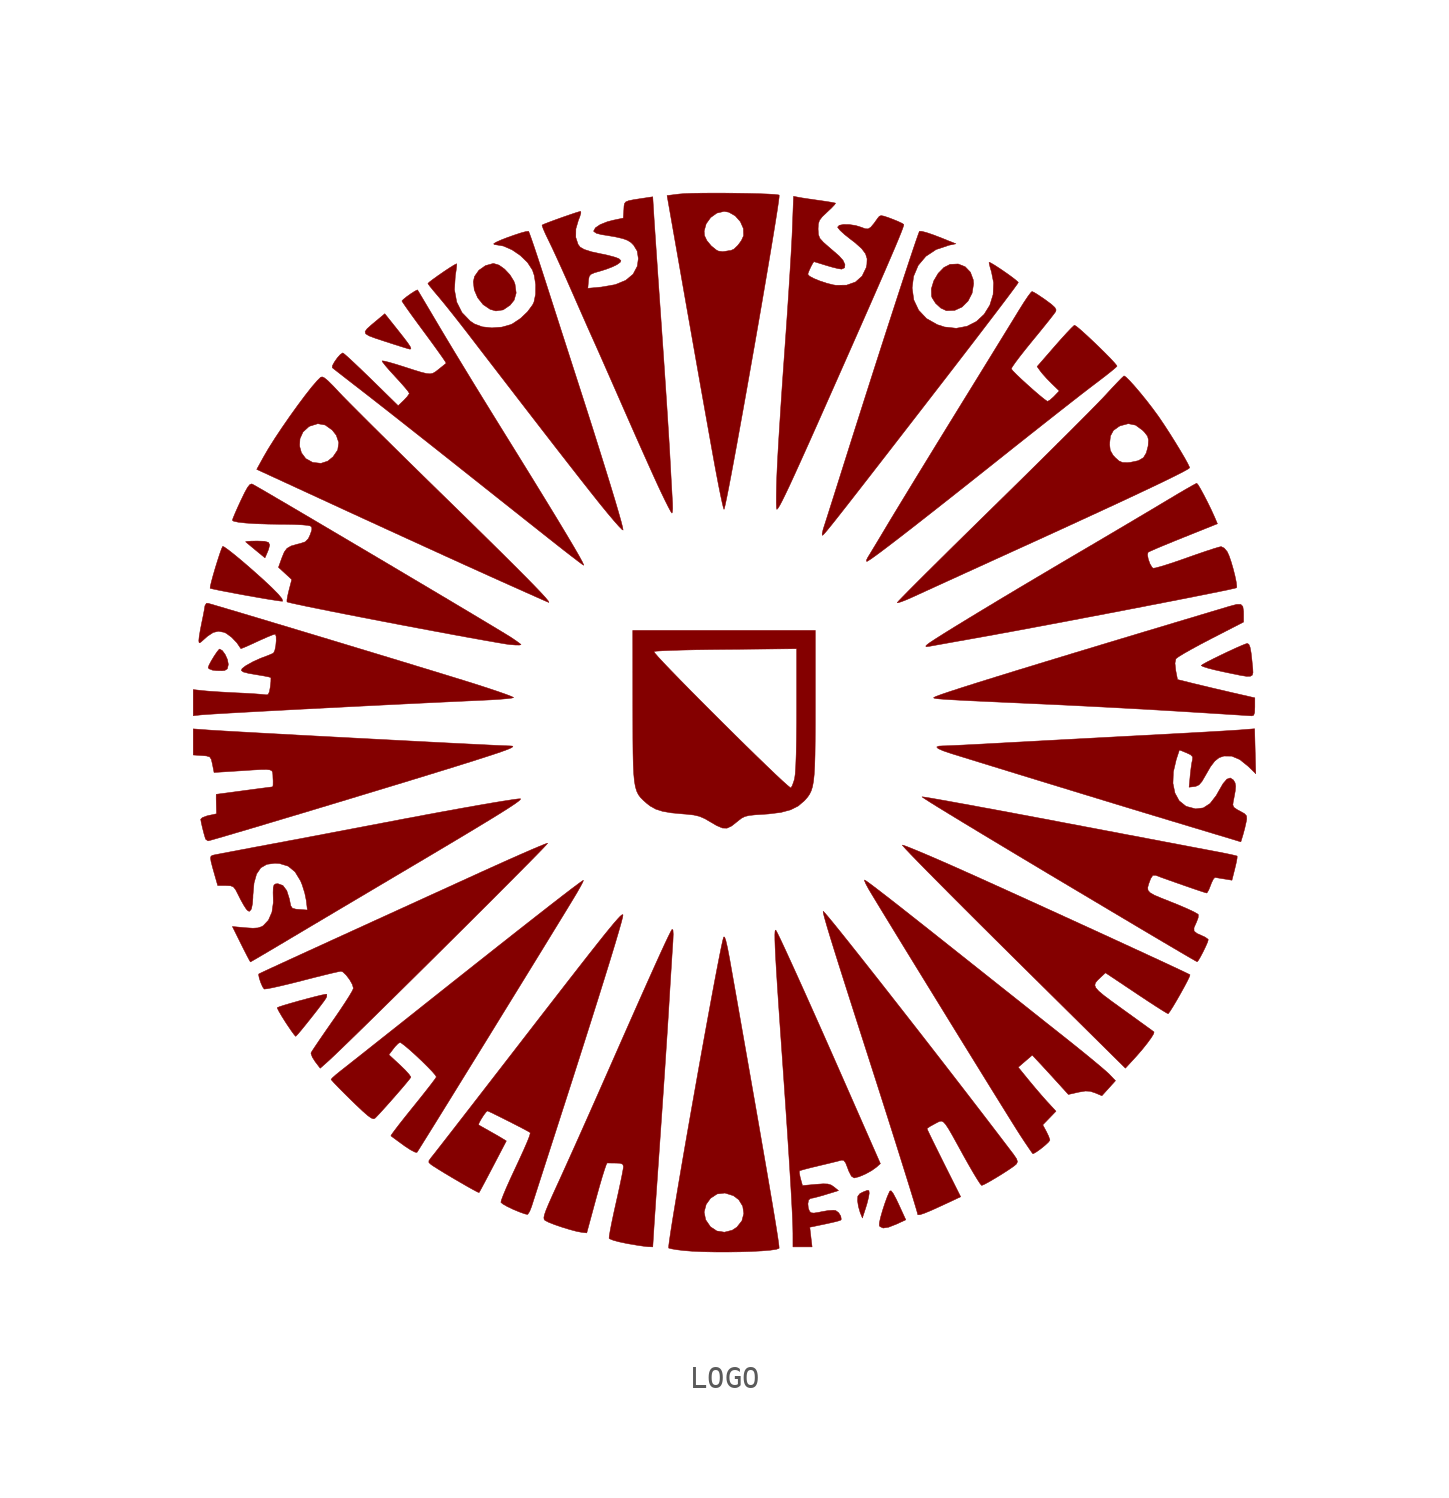
<source format=kicad_sym>
(kicad_symbol_lib
  (version 20210619)
  (generator bitmap2component)
  (symbol "LOGO"
    (pin_names
      (offset 1.016))
    (property "Reference" "#G"
      (at 0 24.765 0)
      (effects (font (size 1.27 1.27)) hide))
    (symbol "LOGO_0_0"
      (polyline (pts (xy 1.226 -23.932) (xy 1.756 -23.915) (xy 2.227 -23.89) (xy 2.611 -23.858) (xy 2.881 -23.819) (xy 3.009 -23.774) (xy 3.012 -23.745) (xy 3.003 -23.639) (xy 2.978 -23.45) (xy 2.937 -23.172) (xy 2.878 -22.799) (xy 2.801 -22.325) (xy 2.704 -21.744) (xy 2.586 -21.05) (xy 2.447 -20.238) (xy 2.285 -19.3) (xy 2.1 -18.232) (xy 1.89 -17.027) (xy 1.654 -15.68) (xy 1.391 -14.183) (xy 1.101 -12.532) (xy 0.781 -10.72) (xy 0.756 -10.578) (xy 0.663 -10.096) (xy 0.589 -9.777) (xy 0.532 -9.62) (xy 0.492 -9.619) (xy 0.49 -9.624) (xy 0.45 -9.773) (xy 0.385 -10.069) (xy 0.299 -10.495) (xy 0.193 -11.039) (xy 0.07 -11.684) (xy -0.066 -12.415) (xy -0.214 -13.219) (xy -0.371 -14.079) (xy -0.534 -14.982) (xy -0.7 -15.911) (xy -0.867 -16.853) (xy -1.033 -17.792) (xy -1.194 -18.713) (xy -1.348 -19.602) (xy -1.492 -20.443) (xy -1.624 -21.223) (xy -1.741 -21.925) (xy -1.774 -22.124) (xy -0.397 -22.124) (xy -0.305 -21.776) (xy -0.107 -21.498) (xy 0.195 -21.3) (xy 0.548 -21.259) (xy 0.934 -21.38) (xy 1.177 -21.562) (xy 1.358 -21.857) (xy 1.407 -22.191) (xy 1.32 -22.524) (xy 1.091 -22.812) (xy 0.876 -22.951) (xy 0.526 -23.039) (xy 0.182 -22.986) (xy -0.11 -22.793) (xy -0.327 -22.475) (xy -0.397 -22.124) (xy -1.774 -22.124) (xy -1.841 -22.535) (xy -1.92 -23.038) (xy -1.976 -23.419) (xy -2.007 -23.664) (xy -2.01 -23.757) (xy -2.005 -23.761) (xy -1.885 -23.794) (xy -1.647 -23.835) (xy -1.339 -23.873) (xy -0.937 -23.905) (xy -0.445 -23.927) (xy 0.098 -23.938) (xy 0.664 -23.939) (xy 1.226 -23.932)) (stroke (width 0.01)) (fill (type outline)))
      (polyline (pts (xy -2.675 -22.797) (xy -2.671 -22.733) (xy -2.649 -22.404) (xy -2.617 -21.937) (xy -2.578 -21.356) (xy -2.531 -20.684) (xy -2.48 -19.947) (xy -2.426 -19.169) (xy -2.371 -18.373) (xy -2.313 -17.54) (xy -2.251 -16.634) (xy -2.189 -15.721) (xy -2.131 -14.836) (xy -2.077 -14.014) (xy -2.031 -13.29) (xy -1.995 -12.7) (xy -1.97 -12.28) (xy -1.932 -11.655) (xy -1.895 -11.069) (xy -1.863 -10.553) (xy -1.837 -10.14) (xy -1.818 -9.864) (xy -1.815 -9.824) (xy -1.802 -9.489) (xy -1.814 -9.302) (xy -1.852 -9.271) (xy -1.864 -9.287) (xy -1.927 -9.397) (xy -2.032 -9.608) (xy -2.183 -9.927) (xy -2.382 -10.358) (xy -2.632 -10.909) (xy -2.936 -11.586) (xy -3.296 -12.393) (xy -3.715 -13.338) (xy -4.196 -14.426) (xy -4.741 -15.663) (xy -4.885 -15.989) (xy -5.241 -16.796) (xy -5.601 -17.607) (xy -5.951 -18.394) (xy -6.281 -19.132) (xy -6.579 -19.794) (xy -6.832 -20.354) (xy -7.028 -20.786) (xy -7.04 -20.81) (xy -7.284 -21.345) (xy -7.464 -21.749) (xy -7.585 -22.041) (xy -7.656 -22.243) (xy -7.682 -22.373) (xy -7.672 -22.453) (xy -7.633 -22.503) (xy -7.628 -22.506) (xy -7.469 -22.588) (xy -7.197 -22.695) (xy -6.862 -22.81) (xy -6.512 -22.917) (xy -6.198 -23.001) (xy -5.968 -23.045) (xy -5.733 -23.072) (xy -5.301 -21.478) (xy -5.283 -21.413) (xy -5.148 -20.929) (xy -5.025 -20.51) (xy -4.921 -20.181) (xy -4.846 -19.966) (xy -4.805 -19.89) (xy -4.786 -19.892) (xy -4.633 -19.895) (xy -4.403 -19.897) (xy -4.218 -19.905) (xy -4.095 -19.952) (xy -4.064 -20.058) (xy -4.079 -20.17) (xy -4.126 -20.425) (xy -4.201 -20.788) (xy -4.296 -21.23) (xy -4.406 -21.721) (xy -4.506 -22.17) (xy -4.598 -22.606) (xy -4.667 -22.96) (xy -4.709 -23.207) (xy -4.717 -23.316) (xy -4.692 -23.34) (xy -4.534 -23.405) (xy -4.267 -23.478) (xy -3.93 -23.549) (xy -3.788 -23.575) (xy -3.431 -23.635) (xy -3.136 -23.678) (xy -2.954 -23.698) (xy -2.732 -23.707) (xy -2.675 -22.797)) (stroke (width 0.01)) (fill (type outline)))
      (polyline (pts (xy 4.458 -23.26) (xy 4.406 -22.813) (xy 5.091 -22.672) (xy 5.198 -22.649) (xy 5.501 -22.581) (xy 5.721 -22.524) (xy 5.817 -22.489) (xy 5.838 -22.451) (xy 5.814 -22.307) (xy 5.716 -22.151) (xy 5.583 -22.054) (xy 5.479 -22.042) (xy 5.236 -22.057) (xy 4.945 -22.107) (xy 4.817 -22.135) (xy 4.592 -22.17) (xy 4.467 -22.156) (xy 4.397 -22.092) (xy 4.339 -21.948) (xy 4.32 -21.745) (xy 4.353 -21.576) (xy 4.436 -21.505) (xy 4.439 -21.505) (xy 4.58 -21.48) (xy 4.829 -21.416) (xy 5.132 -21.327) (xy 5.711 -21.148) (xy 5.501 -20.978) (xy 5.378 -20.895) (xy 5.229 -20.848) (xy 5.014 -20.84) (xy 4.683 -20.864) (xy 4.074 -20.919) (xy 3.986 -20.603) (xy 3.97 -20.542) (xy 3.932 -20.348) (xy 3.934 -20.253) (xy 3.99 -20.231) (xy 4.184 -20.176) (xy 4.48 -20.1) (xy 4.841 -20.013) (xy 5.113 -19.949) (xy 5.456 -19.866) (xy 5.717 -19.801) (xy 5.855 -19.764) (xy 5.947 -19.773) (xy 6.037 -19.89) (xy 6.137 -20.147) (xy 6.174 -20.251) (xy 6.297 -20.493) (xy 6.42 -20.572) (xy 6.436 -20.571) (xy 6.649 -20.517) (xy 6.929 -20.398) (xy 7.21 -20.245) (xy 7.428 -20.09) (xy 7.616 -19.922) (xy 6.019 -16.29) (xy 5.827 -15.854) (xy 5.375 -14.829) (xy 4.944 -13.856) (xy 4.539 -12.947) (xy 4.165 -12.112) (xy 3.827 -11.363) (xy 3.531 -10.713) (xy 3.282 -10.171) (xy 3.086 -9.751) (xy 2.946 -9.463) (xy 2.869 -9.318) (xy 2.844 -9.305) (xy 2.826 -9.365) (xy 2.818 -9.51) (xy 2.82 -9.747) (xy 2.831 -10.088) (xy 2.853 -10.54) (xy 2.886 -11.114) (xy 2.93 -11.82) (xy 2.986 -12.666) (xy 3.054 -13.661) (xy 3.135 -14.817) (xy 3.206 -15.829) (xy 3.306 -17.284) (xy 3.394 -18.588) (xy 3.468 -19.738) (xy 3.53 -20.731) (xy 3.578 -21.566) (xy 3.612 -22.24) (xy 3.633 -22.749) (xy 3.64 -23.093) (xy 3.641 -23.707) (xy 4.511 -23.707) (xy 4.458 -23.26)) (stroke (width 0.01)) (fill (type outline)))
      (polyline (pts (xy 7.989 -22.813) (xy 8.357 -22.668) (xy 8.771 -22.476) (xy 8.442 -21.76) (xy 8.339 -21.543) (xy 8.198 -21.279) (xy 8.102 -21.157) (xy 8.045 -21.169) (xy 8.03 -21.198) (xy 7.928 -21.43) (xy 7.818 -21.732) (xy 7.712 -22.058) (xy 7.625 -22.364) (xy 7.572 -22.603) (xy 7.565 -22.73) (xy 7.594 -22.783) (xy 7.739 -22.851) (xy 7.989 -22.813)) (stroke (width 0.01)) (fill (type outline)))
      (polyline (pts (xy 6.95 -21.929) (xy 7.01 -21.73) (xy 7.078 -21.459) (xy 7.107 -21.276) (xy 7.107 -21.255) (xy 7.095 -21.149) (xy 7.02 -21.137) (xy 6.837 -21.208) (xy 6.686 -21.284) (xy 6.59 -21.405) (xy 6.578 -21.61) (xy 6.617 -21.87) (xy 6.696 -22.144) (xy 6.798 -22.394) (xy 6.95 -21.929)) (stroke (width 0.01)) (fill (type outline)))
      (polyline (pts (xy -8.409 -22.219) (xy -8.328 -22.093) (xy -8.244 -21.881) (xy -8.238 -21.863) (xy -8.181 -21.685) (xy -8.079 -21.366) (xy -7.937 -20.924) (xy -7.76 -20.375) (xy -7.554 -19.735) (xy -7.324 -19.021) (xy -7.076 -18.251) (xy -6.816 -17.441) (xy -6.769 -17.298) (xy -6.326 -15.919) (xy -5.918 -14.64) (xy -5.545 -13.466) (xy -5.21 -12.404) (xy -4.915 -11.46) (xy -4.661 -10.64) (xy -4.451 -9.95) (xy -4.287 -9.396) (xy -4.17 -8.985) (xy -4.102 -8.722) (xy -4.085 -8.614) (xy -4.104 -8.6) (xy -4.147 -8.621) (xy -4.221 -8.685) (xy -4.33 -8.801) (xy -4.483 -8.975) (xy -4.683 -9.216) (xy -4.939 -9.53) (xy -5.254 -9.926) (xy -5.637 -10.411) (xy -6.092 -10.993) (xy -6.626 -11.678) (xy -7.245 -12.476) (xy -7.955 -13.392) (xy -8.762 -14.436) (xy -9.318 -15.155) (xy -9.918 -15.93) (xy -10.484 -16.661) (xy -11.007 -17.337) (xy -11.479 -17.946) (xy -11.891 -18.477) (xy -12.234 -18.918) (xy -12.5 -19.259) (xy -12.679 -19.489) (xy -12.764 -19.595) (xy -12.807 -19.648) (xy -12.909 -19.791) (xy -12.908 -19.877) (xy -12.814 -19.962) (xy -12.709 -20.035) (xy -12.482 -20.179) (xy -12.184 -20.362) (xy -11.845 -20.564) (xy -11.497 -20.767) (xy -11.171 -20.955) (xy -10.897 -21.108) (xy -10.706 -21.209) (xy -10.629 -21.239) (xy -10.612 -21.211) (xy -10.527 -21.058) (xy -10.387 -20.796) (xy -10.205 -20.451) (xy -9.994 -20.05) (xy -9.389 -18.891) (xy -9.584 -18.771) (xy -9.688 -18.709) (xy -9.929 -18.57) (xy -10.202 -18.415) (xy -10.384 -18.313) (xy -10.569 -18.208) (xy -10.65 -18.159) (xy -10.632 -18.081) (xy -10.547 -17.922) (xy -10.432 -17.739) (xy -10.321 -17.589) (xy -10.251 -17.526) (xy -10.235 -17.531) (xy -10.102 -17.59) (xy -9.867 -17.704) (xy -9.565 -17.854) (xy -9.233 -18.021) (xy -8.906 -18.188) (xy -8.619 -18.337) (xy -8.408 -18.45) (xy -8.308 -18.509) (xy -8.304 -18.554) (xy -8.344 -18.69) (xy -8.438 -18.929) (xy -8.592 -19.283) (xy -8.811 -19.763) (xy -9.1 -20.383) (xy -9.215 -20.631) (xy -9.39 -21.023) (xy -9.526 -21.348) (xy -9.612 -21.576) (xy -9.636 -21.681) (xy -9.635 -21.684) (xy -9.54 -21.763) (xy -9.333 -21.881) (xy -9.057 -22.011) (xy -9.043 -22.017) (xy -8.762 -22.132) (xy -8.542 -22.209) (xy -8.43 -22.232) (xy -8.409 -22.219)) (stroke (width 0.01)) (fill (type outline)))
      (polyline (pts (xy 9.419 -22.243) (xy 9.639 -22.169) (xy 9.99 -22.021) (xy 10.48 -21.797) (xy 11.266 -21.429) (xy 10.501 -19.902) (xy 10.452 -19.803) (xy 10.225 -19.346) (xy 10.028 -18.948) (xy 9.874 -18.631) (xy 9.773 -18.418) (xy 9.737 -18.333) (xy 9.755 -18.31) (xy 9.882 -18.225) (xy 10.091 -18.111) (xy 10.205 -18.05) (xy 10.307 -18.001) (xy 10.394 -17.989) (xy 10.481 -18.03) (xy 10.582 -18.139) (xy 10.71 -18.331) (xy 10.88 -18.624) (xy 11.106 -19.032) (xy 11.402 -19.571) (xy 11.627 -19.971) (xy 11.845 -20.348) (xy 12.026 -20.646) (xy 12.155 -20.842) (xy 12.219 -20.913) (xy 12.234 -20.91) (xy 12.374 -20.848) (xy 12.606 -20.72) (xy 12.893 -20.551) (xy 13.194 -20.365) (xy 13.471 -20.185) (xy 13.686 -20.036) (xy 13.8 -19.94) (xy 13.8 -19.94) (xy 13.848 -19.836) (xy 13.807 -19.703) (xy 13.665 -19.495) (xy 13.199 -18.883) (xy 12.625 -18.131) (xy 12.02 -17.343) (xy 11.394 -16.53) (xy 10.755 -15.703) (xy 10.11 -14.871) (xy 9.469 -14.046) (xy 8.839 -13.239) (xy 8.229 -12.459) (xy 7.648 -11.718) (xy 7.103 -11.026) (xy 6.603 -10.394) (xy 6.157 -9.832) (xy 5.772 -9.351) (xy 5.457 -8.962) (xy 5.22 -8.675) (xy 5.07 -8.502) (xy 5.014 -8.451) (xy 5.019 -8.511) (xy 5.05 -8.65) (xy 5.112 -8.876) (xy 5.205 -9.198) (xy 5.334 -9.624) (xy 5.501 -10.162) (xy 5.707 -10.82) (xy 5.957 -11.607) (xy 6.251 -12.529) (xy 6.593 -13.597) (xy 6.985 -14.817) (xy 7.131 -15.273) (xy 7.438 -16.229) (xy 7.736 -17.162) (xy 8.021 -18.058) (xy 8.289 -18.903) (xy 8.534 -19.683) (xy 8.754 -20.385) (xy 8.944 -20.994) (xy 9.099 -21.497) (xy 9.215 -21.88) (xy 9.288 -22.13) (xy 9.313 -22.232) (xy 9.321 -22.248) (xy 9.419 -22.243)) (stroke (width 0.01)) (fill (type outline)))
      (polyline (pts (xy -13.445 -19.401) (xy -13.364 -19.275) (xy -13.206 -19.022) (xy -12.977 -18.655) (xy -12.687 -18.189) (xy -12.344 -17.635) (xy -11.955 -17.007) (xy -11.53 -16.318) (xy -11.075 -15.581) (xy -10.598 -14.81) (xy -10.109 -14.017) (xy -9.616 -13.215) (xy -9.125 -12.418) (xy -8.646 -11.64) (xy -8.186 -10.892) (xy -7.753 -10.188) (xy -7.357 -9.541) (xy -7.004 -8.965) (xy -6.702 -8.472) (xy -6.461 -8.076) (xy -6.288 -7.79) (xy -6.166 -7.585) (xy -6.012 -7.313) (xy -5.912 -7.122) (xy -5.884 -7.042) (xy -5.934 -7.069) (xy -6.112 -7.196) (xy -6.418 -7.425) (xy -6.848 -7.754) (xy -7.398 -8.181) (xy -8.067 -8.703) (xy -8.851 -9.318) (xy -9.747 -10.024) (xy -10.752 -10.818) (xy -11.865 -11.699) (xy -13.081 -12.664) (xy -13.125 -12.699) (xy -13.792 -13.229) (xy -14.432 -13.737) (xy -15.031 -14.211) (xy -15.573 -14.641) (xy -16.043 -15.013) (xy -16.426 -15.315) (xy -16.706 -15.537) (xy -16.87 -15.665) (xy -16.9 -15.688) (xy -17.131 -15.875) (xy -17.295 -16.02) (xy -17.357 -16.093) (xy -17.339 -16.12) (xy -17.224 -16.249) (xy -17.019 -16.462) (xy -16.745 -16.738) (xy -16.423 -17.055) (xy -16.236 -17.237) (xy -15.918 -17.537) (xy -15.691 -17.736) (xy -15.535 -17.847) (xy -15.433 -17.885) (xy -15.366 -17.864) (xy -15.315 -17.815) (xy -15.159 -17.652) (xy -14.942 -17.413) (xy -14.686 -17.127) (xy -14.419 -16.823) (xy -14.164 -16.529) (xy -13.948 -16.274) (xy -13.795 -16.087) (xy -13.731 -15.997) (xy -13.733 -15.979) (xy -13.813 -15.861) (xy -13.983 -15.672) (xy -14.216 -15.445) (xy -14.729 -14.971) (xy -14.507 -14.679) (xy -14.445 -14.602) (xy -14.305 -14.458) (xy -14.218 -14.412) (xy -14.18 -14.431) (xy -14.019 -14.549) (xy -13.791 -14.741) (xy -13.523 -14.982) (xy -13.244 -15.245) (xy -12.982 -15.503) (xy -12.763 -15.73) (xy -12.617 -15.899) (xy -12.57 -15.983) (xy -12.572 -15.986) (xy -12.643 -16.092) (xy -12.802 -16.304) (xy -13.034 -16.602) (xy -13.319 -16.962) (xy -13.642 -17.363) (xy -13.676 -17.405) (xy -13.989 -17.795) (xy -14.257 -18.135) (xy -14.465 -18.407) (xy -14.598 -18.588) (xy -14.638 -18.66) (xy -14.63 -18.666) (xy -14.522 -18.747) (xy -14.321 -18.895) (xy -14.062 -19.084) (xy -13.99 -19.136) (xy -13.739 -19.299) (xy -13.548 -19.398) (xy -13.454 -19.413) (xy -13.445 -19.401)) (stroke (width 0.01)) (fill (type outline)))
      (polyline (pts (xy 14.578 -19.465) (xy 14.718 -19.384) (xy 14.911 -19.245) (xy 15.107 -19.085) (xy 15.26 -18.942) (xy 15.321 -18.855) (xy 15.318 -18.833) (xy 15.262 -18.672) (xy 15.158 -18.457) (xy 14.998 -18.161) (xy 15.599 -17.54) (xy 15.222 -17.131) (xy 15.182 -17.088) (xy 14.93 -16.803) (xy 14.638 -16.462) (xy 14.363 -16.131) (xy 13.881 -15.54) (xy 14.52 -14.991) (xy 14.817 -15.307) (xy 14.867 -15.36) (xy 15.088 -15.6) (xy 15.361 -15.897) (xy 15.637 -16.2) (xy 16.162 -16.778) (xy 16.613 -16.677) (xy 16.645 -16.67) (xy 16.935 -16.622) (xy 17.152 -16.633) (xy 17.375 -16.706) (xy 17.687 -16.836) (xy 17.995 -16.495) (xy 18.304 -16.153) (xy 18.021 -15.857) (xy 17.899 -15.744) (xy 17.656 -15.533) (xy 17.319 -15.252) (xy 16.91 -14.916) (xy 16.45 -14.545) (xy 15.96 -14.154) (xy 15.728 -13.971) (xy 15.162 -13.523) (xy 14.513 -13.008) (xy 13.812 -12.451) (xy 13.092 -11.88) (xy 12.386 -11.319) (xy 11.726 -10.795) (xy 10.713 -9.991) (xy 9.814 -9.278) (xy 9.041 -8.668) (xy 8.392 -8.157) (xy 7.863 -7.745) (xy 7.451 -7.428) (xy 7.155 -7.204) (xy 6.97 -7.071) (xy 6.895 -7.027) (xy 6.894 -7.064) (xy 6.957 -7.21) (xy 7.075 -7.429) (xy 7.078 -7.435) (xy 7.2 -7.639) (xy 7.401 -7.972) (xy 7.672 -8.418) (xy 8.004 -8.961) (xy 8.387 -9.588) (xy 8.812 -10.282) (xy 9.271 -11.029) (xy 9.753 -11.813) (xy 10.25 -12.62) (xy 10.751 -13.435) (xy 11.248 -14.242) (xy 11.732 -15.025) (xy 12.193 -15.771) (xy 12.621 -16.464) (xy 13.009 -17.089) (xy 13.345 -17.63) (xy 13.621 -18.073) (xy 13.828 -18.403) (xy 13.956 -18.604) (xy 13.968 -18.623) (xy 14.185 -18.953) (xy 14.367 -19.222) (xy 14.494 -19.405) (xy 14.547 -19.472) (xy 14.578 -19.465)) (stroke (width 0.01)) (fill (type outline)))
      (polyline (pts (xy -17.498 -15.273) (xy -17.436 -15.217) (xy -17.217 -15.011) (xy -16.904 -14.711) (xy -16.509 -14.329) (xy -16.042 -13.874) (xy -15.514 -13.357) (xy -14.937 -12.789) (xy -14.319 -12.181) (xy -13.673 -11.543) (xy -13.009 -10.886) (xy -12.337 -10.219) (xy -11.669 -9.555) (xy -11.014 -8.904) (xy -10.384 -8.275) (xy -9.79 -7.681) (xy -9.241 -7.13) (xy -8.749 -6.635) (xy -8.324 -6.206) (xy -7.977 -5.852) (xy -7.719 -5.586) (xy -7.561 -5.417) (xy -7.512 -5.356) (xy -7.518 -5.356) (xy -7.637 -5.396) (xy -7.889 -5.498) (xy -8.257 -5.654) (xy -8.725 -5.858) (xy -9.274 -6.101) (xy -9.888 -6.377) (xy -10.549 -6.676) (xy -11.508 -7.114) (xy -12.936 -7.765) (xy -14.219 -8.351) (xy -15.365 -8.874) (xy -16.378 -9.337) (xy -17.267 -9.743) (xy -18.036 -10.095) (xy -18.692 -10.395) (xy -19.242 -10.647) (xy -19.69 -10.854) (xy -20.045 -11.017) (xy -20.311 -11.141) (xy -20.495 -11.227) (xy -20.604 -11.28) (xy -20.643 -11.301) (xy -20.65 -11.341) (xy -20.62 -11.495) (xy -20.552 -11.698) (xy -20.471 -11.883) (xy -20.4 -11.983) (xy -20.392 -11.986) (xy -20.263 -11.972) (xy -20.001 -11.922) (xy -19.632 -11.839) (xy -19.182 -11.732) (xy -18.678 -11.604) (xy -18.593 -11.582) (xy -18.09 -11.453) (xy -17.642 -11.342) (xy -17.277 -11.254) (xy -17.021 -11.197) (xy -16.902 -11.176) (xy -16.82 -11.209) (xy -16.669 -11.352) (xy -16.512 -11.559) (xy -16.39 -11.775) (xy -16.341 -11.949) (xy -16.341 -11.952) (xy -16.394 -12.072) (xy -16.53 -12.304) (xy -16.734 -12.623) (xy -16.989 -13.007) (xy -17.282 -13.432) (xy -17.305 -13.464) (xy -17.597 -13.884) (xy -17.855 -14.259) (xy -18.063 -14.566) (xy -18.205 -14.781) (xy -18.265 -14.881) (xy -18.268 -14.921) (xy -18.209 -15.083) (xy -18.079 -15.287) (xy -17.851 -15.586) (xy -17.498 -15.273)) (stroke (width 0.01)) (fill (type outline)))
      (polyline (pts (xy 19.19 -15.111) (xy 19.25 -15.045) (xy 19.509 -14.747) (xy 19.741 -14.457) (xy 19.924 -14.207) (xy 20.036 -14.024) (xy 20.057 -13.937) (xy 20.053 -13.934) (xy 19.954 -13.861) (xy 19.743 -13.707) (xy 19.441 -13.489) (xy 19.069 -13.22) (xy 18.648 -12.916) (xy 18.585 -12.871) (xy 18.118 -12.533) (xy 17.774 -12.275) (xy 17.542 -12.08) (xy 17.409 -11.931) (xy 17.364 -11.81) (xy 17.395 -11.701) (xy 17.49 -11.584) (xy 17.637 -11.444) (xy 17.848 -11.247) (xy 19.261 -12.191) (xy 19.352 -12.252) (xy 19.773 -12.531) (xy 20.14 -12.77) (xy 20.432 -12.955) (xy 20.625 -13.072) (xy 20.7 -13.108) (xy 20.785 -12.994) (xy 20.923 -12.776) (xy 21.09 -12.494) (xy 21.268 -12.182) (xy 21.437 -11.876) (xy 21.577 -11.61) (xy 21.668 -11.418) (xy 21.692 -11.337) (xy 21.673 -11.326) (xy 21.524 -11.252) (xy 21.242 -11.118) (xy 20.841 -10.93) (xy 20.337 -10.695) (xy 19.743 -10.42) (xy 19.075 -10.112) (xy 18.348 -9.777) (xy 17.576 -9.422) (xy 16.774 -9.055) (xy 15.957 -8.681) (xy 15.14 -8.308) (xy 14.337 -7.942) (xy 13.563 -7.591) (xy 12.834 -7.26) (xy 12.164 -6.957) (xy 11.567 -6.689) (xy 11.059 -6.462) (xy 10.817 -6.355) (xy 10.244 -6.104) (xy 9.726 -5.881) (xy 9.285 -5.695) (xy 8.94 -5.554) (xy 8.71 -5.466) (xy 8.614 -5.44) (xy 8.635 -5.473) (xy 8.762 -5.615) (xy 8.995 -5.861) (xy 9.325 -6.201) (xy 9.744 -6.629) (xy 10.244 -7.134) (xy 10.814 -7.709) (xy 11.448 -8.344) (xy 12.136 -9.031) (xy 12.871 -9.761) (xy 13.642 -10.526) (xy 18.754 -15.584) (xy 19.19 -15.111)) (stroke (width 0.01)) (fill (type outline)))
      (polyline (pts (xy -18.957 -14.131) (xy -18.868 -14.037) (xy -18.707 -13.847) (xy -18.499 -13.591) (xy -18.267 -13.3) (xy -18.035 -13.005) (xy -17.828 -12.735) (xy -17.669 -12.522) (xy -17.584 -12.395) (xy -17.552 -12.32) (xy -17.554 -12.22) (xy -17.614 -12.223) (xy -17.807 -12.263) (xy -18.095 -12.333) (xy -18.444 -12.424) (xy -18.816 -12.524) (xy -19.174 -12.626) (xy -19.483 -12.717) (xy -19.704 -12.789) (xy -19.803 -12.832) (xy -19.8 -12.854) (xy -19.733 -12.99) (xy -19.601 -13.216) (xy -19.422 -13.501) (xy -19.331 -13.638) (xy -19.157 -13.894) (xy -19.027 -14.071) (xy -18.965 -14.136) (xy -18.957 -14.131)) (stroke (width 0.01)) (fill (type outline)))
      (polyline (pts (xy -20.984 -10.732) (xy -20.817 -10.636) (xy -20.54 -10.474) (xy -20.172 -10.257) (xy -19.733 -9.997) (xy -19.243 -9.706) (xy -19.229 -9.697) (xy -18.793 -9.438) (xy -18.236 -9.107) (xy -17.579 -8.717) (xy -16.846 -8.282) (xy -16.059 -7.816) (xy -15.242 -7.331) (xy -14.416 -6.841) (xy -13.605 -6.361) (xy -13.156 -6.095) (xy -12.196 -5.524) (xy -11.372 -5.032) (xy -10.676 -4.613) (xy -10.1 -4.263) (xy -9.636 -3.977) (xy -9.278 -3.75) (xy -9.017 -3.577) (xy -8.846 -3.454) (xy -8.756 -3.376) (xy -8.742 -3.338) (xy -8.745 -3.336) (xy -8.861 -3.342) (xy -9.127 -3.378) (xy -9.527 -3.44) (xy -10.047 -3.526) (xy -10.671 -3.634) (xy -11.386 -3.761) (xy -12.176 -3.904) (xy -13.027 -4.061) (xy -13.922 -4.229) (xy -14.849 -4.406) (xy -15.502 -4.531) (xy -16.401 -4.702) (xy -17.353 -4.883) (xy -18.304 -5.064) (xy -19.198 -5.232) (xy -19.981 -5.379) (xy -20.182 -5.417) (xy -20.807 -5.534) (xy -21.379 -5.642) (xy -21.874 -5.736) (xy -22.271 -5.811) (xy -22.546 -5.864) (xy -22.678 -5.89) (xy -22.753 -5.909) (xy -22.816 -5.948) (xy -22.836 -6.03) (xy -22.814 -6.186) (xy -22.748 -6.445) (xy -22.637 -6.837) (xy -22.509 -7.281) (xy -22.126 -7.281) (xy -21.924 -7.291) (xy -21.796 -7.344) (xy -21.692 -7.476) (xy -21.565 -7.726) (xy -21.472 -7.912) (xy -21.329 -8.169) (xy -21.218 -8.34) (xy -21.166 -8.402) (xy -21.078 -8.457) (xy -21 -8.382) (xy -20.973 -8.319) (xy -20.93 -8.105) (xy -20.91 -7.832) (xy -20.908 -7.724) (xy -20.859 -7.166) (xy -20.743 -6.754) (xy -20.552 -6.474) (xy -20.278 -6.316) (xy -19.913 -6.266) (xy -19.703 -6.278) (xy -19.307 -6.399) (xy -18.994 -6.657) (xy -18.745 -7.065) (xy -18.67 -7.248) (xy -18.553 -7.621) (xy -18.484 -7.958) (xy -18.433 -8.393) (xy -18.803 -8.366) (xy -18.958 -8.353) (xy -19.114 -8.31) (xy -19.189 -8.199) (xy -19.236 -7.969) (xy -19.251 -7.89) (xy -19.371 -7.512) (xy -19.547 -7.277) (xy -19.772 -7.197) (xy -19.882 -7.206) (xy -19.951 -7.256) (xy -19.985 -7.378) (xy -19.992 -7.605) (xy -19.983 -7.969) (xy -19.983 -8.061) (xy -20.045 -8.493) (xy -20.205 -8.857) (xy -20.443 -9.107) (xy -20.511 -9.147) (xy -20.68 -9.205) (xy -20.91 -9.22) (xy -21.254 -9.198) (xy -21.843 -9.143) (xy -21.444 -9.948) (xy -21.313 -10.209) (xy -21.169 -10.49) (xy -21.067 -10.682) (xy -21.023 -10.753) (xy -20.984 -10.732)) (stroke (width 0.01)) (fill (type outline)))
      (polyline (pts (xy 22.067 -10.69) (xy 22.165 -10.525) (xy 22.284 -10.299) (xy 22.399 -10.061) (xy 22.487 -9.86) (xy 22.521 -9.744) (xy 22.509 -9.72) (xy 22.39 -9.633) (xy 22.183 -9.535) (xy 22.011 -9.46) (xy 21.876 -9.351) (xy 21.871 -9.202) (xy 21.977 -8.963) (xy 21.986 -8.944) (xy 22.062 -8.743) (xy 22.071 -8.604) (xy 22.051 -8.582) (xy 21.904 -8.495) (xy 21.639 -8.368) (xy 21.286 -8.213) (xy 20.875 -8.045) (xy 20.813 -8.021) (xy 20.372 -7.846) (xy 20.065 -7.715) (xy 19.875 -7.605) (xy 19.782 -7.498) (xy 19.768 -7.371) (xy 19.813 -7.206) (xy 19.898 -6.98) (xy 19.906 -6.96) (xy 20.002 -6.816) (xy 20.131 -6.814) (xy 20.177 -6.832) (xy 20.407 -6.918) (xy 20.722 -7.031) (xy 21.088 -7.16) (xy 21.469 -7.293) (xy 21.83 -7.418) (xy 22.137 -7.522) (xy 22.355 -7.593) (xy 22.448 -7.62) (xy 22.47 -7.604) (xy 22.545 -7.476) (xy 22.631 -7.26) (xy 22.67 -7.155) (xy 22.759 -6.977) (xy 22.828 -6.912) (xy 22.853 -6.916) (xy 23.015 -6.943) (xy 23.25 -6.981) (xy 23.598 -7.038) (xy 23.732 -6.506) (xy 23.794 -6.243) (xy 23.832 -6.034) (xy 23.835 -5.942) (xy 23.792 -5.927) (xy 23.611 -5.883) (xy 23.326 -5.823) (xy 22.972 -5.754) (xy 22.766 -5.715) (xy 22.402 -5.646) (xy 21.901 -5.551) (xy 21.279 -5.433) (xy 20.551 -5.295) (xy 19.732 -5.139) (xy 18.836 -4.97) (xy 17.88 -4.788) (xy 16.877 -4.598) (xy 15.844 -4.402) (xy 15.739 -4.382) (xy 14.735 -4.192) (xy 13.782 -4.013) (xy 12.891 -3.847) (xy 12.077 -3.697) (xy 11.352 -3.564) (xy 10.728 -3.451) (xy 10.219 -3.36) (xy 9.838 -3.294) (xy 9.597 -3.256) (xy 9.51 -3.246) (xy 9.515 -3.254) (xy 9.627 -3.333) (xy 9.88 -3.495) (xy 10.271 -3.739) (xy 10.798 -4.061) (xy 11.456 -4.461) (xy 12.242 -4.936) (xy 13.154 -5.484) (xy 14.187 -6.104) (xy 15.339 -6.793) (xy 16.607 -7.548) (xy 17.986 -8.37) (xy 19.473 -9.254) (xy 19.945 -9.534) (xy 20.497 -9.861) (xy 20.99 -10.151) (xy 21.405 -10.395) (xy 21.726 -10.582) (xy 21.936 -10.702) (xy 22.017 -10.745) (xy 22.067 -10.69)) (stroke (width 0.01)) (fill (type outline)))
      (polyline (pts (xy 24.099 -4.979) (xy 24.102 -4.969) (xy 24.184 -4.664) (xy 24.25 -4.368) (xy 24.269 -4.256) (xy 24.26 -4.113) (xy 24.167 -4.01) (xy 23.954 -3.892) (xy 23.84 -3.832) (xy 23.687 -3.727) (xy 23.638 -3.615) (xy 23.66 -3.444) (xy 23.689 -3.308) (xy 23.749 -2.979) (xy 23.766 -2.761) (xy 23.741 -2.614) (xy 23.675 -2.498) (xy 23.657 -2.475) (xy 23.52 -2.388) (xy 23.369 -2.443) (xy 23.193 -2.648) (xy 22.984 -3.009) (xy 22.884 -3.188) (xy 22.604 -3.55) (xy 22.296 -3.75) (xy 21.947 -3.794) (xy 21.547 -3.688) (xy 21.492 -3.663) (xy 21.2 -3.428) (xy 21.007 -3.076) (xy 20.916 -2.632) (xy 20.934 -2.116) (xy 21.066 -1.553) (xy 21.209 -1.116) (xy 21.533 -1.247) (xy 21.718 -1.334) (xy 21.811 -1.43) (xy 21.804 -1.557) (xy 21.774 -1.693) (xy 21.735 -1.959) (xy 21.7 -2.272) (xy 21.65 -2.808) (xy 21.895 -2.78) (xy 21.958 -2.769) (xy 22.101 -2.702) (xy 22.234 -2.549) (xy 22.394 -2.274) (xy 22.402 -2.26) (xy 22.625 -1.873) (xy 22.821 -1.618) (xy 23.014 -1.467) (xy 23.232 -1.393) (xy 23.588 -1.397) (xy 23.954 -1.552) (xy 24.342 -1.865) (xy 24.68 -2.196) (xy 24.628 -0.153) (xy 23.977 -0.205) (xy 23.797 -0.217) (xy 23.449 -0.239) (xy 22.969 -0.268) (xy 22.378 -0.302) (xy 21.696 -0.34) (xy 20.943 -0.381) (xy 20.139 -0.425) (xy 19.304 -0.469) (xy 18.858 -0.492) (xy 17.924 -0.542) (xy 16.971 -0.593) (xy 16.03 -0.643) (xy 15.133 -0.691) (xy 14.312 -0.736) (xy 13.596 -0.774) (xy 13.018 -0.806) (xy 12.445 -0.837) (xy 11.865 -0.868) (xy 11.35 -0.894) (xy 10.926 -0.914) (xy 10.62 -0.927) (xy 10.457 -0.931) (xy 10.274 -0.941) (xy 10.176 -0.981) (xy 10.241 -1.053) (xy 10.469 -1.155) (xy 10.858 -1.286) (xy 10.913 -1.303) (xy 12.374 -1.754) (xy 13.876 -2.216) (xy 15.386 -2.679) (xy 16.87 -3.133) (xy 18.295 -3.568) (xy 19.625 -3.972) (xy 20.828 -4.336) (xy 24.003 -5.293) (xy 24.099 -4.979)) (stroke (width 0.01)) (fill (type outline)))
      (polyline (pts (xy -22.943 -5.248) (xy -22.811 -5.214) (xy -22.537 -5.136) (xy -22.134 -5.019) (xy -21.619 -4.867) (xy -21.006 -4.686) (xy -20.312 -4.479) (xy -19.551 -4.251) (xy -18.738 -4.008) (xy -17.889 -3.752) (xy -17.02 -3.49) (xy -16.145 -3.225) (xy -15.28 -2.963) (xy -14.441 -2.708) (xy -13.642 -2.464) (xy -12.899 -2.236) (xy -12.227 -2.03) (xy -11.642 -1.848) (xy -11.247 -1.725) (xy -10.556 -1.506) (xy -10.011 -1.33) (xy -9.602 -1.191) (xy -9.319 -1.087) (xy -9.152 -1.013) (xy -9.089 -0.965) (xy -9.121 -0.939) (xy -9.236 -0.931) (xy -9.283 -0.93) (xy -9.502 -0.922) (xy -9.866 -0.906) (xy -10.36 -0.882) (xy -10.968 -0.852) (xy -11.673 -0.817) (xy -12.459 -0.777) (xy -13.31 -0.733) (xy -14.21 -0.686) (xy -15.143 -0.637) (xy -16.093 -0.587) (xy -17.043 -0.537) (xy -17.978 -0.487) (xy -18.882 -0.439) (xy -19.737 -0.392) (xy -20.529 -0.349) (xy -21.241 -0.309) (xy -21.856 -0.275) (xy -22.36 -0.245) (xy -22.735 -0.223) (xy -22.966 -0.207) (xy -23.622 -0.158) (xy -23.622 -1.345) (xy -23.222 -1.371) (xy -23.025 -1.387) (xy -22.875 -1.431) (xy -22.801 -1.544) (xy -22.749 -1.769) (xy -22.676 -2.14) (xy -21.646 -2.075) (xy -21.419 -2.061) (xy -20.913 -2.027) (xy -20.545 -2.007) (xy -20.294 -2.004) (xy -20.136 -2.022) (xy -20.05 -2.065) (xy -20.013 -2.138) (xy -20.003 -2.246) (xy -19.998 -2.392) (xy -19.991 -2.526) (xy -19.993 -2.718) (xy -20.01 -2.794) (xy -20.036 -2.796) (xy -20.199 -2.817) (xy -20.485 -2.854) (xy -20.864 -2.904) (xy -21.306 -2.963) (xy -21.529 -2.993) (xy -21.939 -3.048) (xy -22.27 -3.092) (xy -22.492 -3.121) (xy -22.575 -3.132) (xy -22.579 -3.166) (xy -22.58 -3.327) (xy -22.575 -3.575) (xy -22.564 -4.018) (xy -22.924 -4.095) (xy -23.021 -4.12) (xy -23.209 -4.193) (xy -23.283 -4.266) (xy -23.282 -4.277) (xy -23.256 -4.428) (xy -23.201 -4.667) (xy -23.134 -4.928) (xy -23.07 -5.144) (xy -23.051 -5.182) (xy -22.951 -5.249) (xy -22.943 -5.248)) (stroke (width 0.01)) (fill (type outline)))
      (polyline (pts (xy 0.856 -4.571) (xy 1.122 -4.361) (xy 1.166 -4.324) (xy 1.312 -4.213) (xy 1.459 -4.141) (xy 1.649 -4.095) (xy 1.924 -4.065) (xy 2.327 -4.039) (xy 2.525 -4.026) (xy 3.092 -3.956) (xy 3.533 -3.838) (xy 3.881 -3.663) (xy 4.167 -3.418) (xy 4.186 -3.397) (xy 4.299 -3.268) (xy 4.392 -3.135) (xy 4.467 -2.983) (xy 4.527 -2.795) (xy 4.573 -2.553) (xy 4.606 -2.242) (xy 4.629 -1.844) (xy 4.644 -1.343) (xy 4.652 -0.723) (xy 4.656 0.033) (xy 4.657 0.942) (xy 4.657 4.318) (xy -3.641 4.318) (xy -3.64 3.358) (xy -2.681 3.358) (xy -2.677 3.36) (xy -2.558 3.377) (xy -2.291 3.393) (xy -1.894 3.41) (xy -1.388 3.425) (xy -0.791 3.438) (xy -0.122 3.449) (xy 0.6 3.457) (xy 3.81 3.486) (xy 3.81 0.722) (xy 3.809 0.15) (xy 3.801 -0.648) (xy 3.788 -1.313) (xy 3.769 -1.836) (xy 3.745 -2.208) (xy 3.715 -2.419) (xy 3.684 -2.531) (xy 3.61 -2.739) (xy 3.548 -2.841) (xy 3.515 -2.825) (xy 3.375 -2.71) (xy 3.138 -2.497) (xy 2.819 -2.198) (xy 2.432 -1.827) (xy 1.989 -1.399) (xy 1.504 -0.925) (xy 0.991 -0.42) (xy 0.465 0.102) (xy -0.063 0.628) (xy -0.578 1.144) (xy -1.067 1.638) (xy -1.515 2.095) (xy -1.91 2.502) (xy -2.238 2.845) (xy -2.485 3.111) (xy -2.637 3.287) (xy -2.681 3.358) (xy -3.64 3.358) (xy -3.639 0.868) (xy -3.638 0.197) (xy -3.636 -0.599) (xy -3.63 -1.254) (xy -3.618 -1.784) (xy -3.597 -2.207) (xy -3.566 -2.539) (xy -3.521 -2.795) (xy -3.461 -2.993) (xy -3.384 -3.15) (xy -3.286 -3.28) (xy -3.165 -3.402) (xy -3.02 -3.532) (xy -2.853 -3.664) (xy -2.598 -3.806) (xy -2.286 -3.906) (xy -1.881 -3.976) (xy -1.344 -4.026) (xy -1.208 -4.036) (xy -0.866 -4.074) (xy -0.607 -4.135) (xy -0.365 -4.24) (xy -0.075 -4.409) (xy 0.173 -4.554) (xy 0.432 -4.665) (xy 0.643 -4.671) (xy 0.856 -4.571)) (stroke (width 0.01)) (fill (type outline)))
      (polyline (pts (xy -23.305 0.474) (xy -23.2 0.484) (xy -22.911 0.504) (xy -22.476 0.531) (xy -21.912 0.564) (xy -21.232 0.602) (xy -20.451 0.645) (xy -19.583 0.691) (xy -18.644 0.741) (xy -17.648 0.792) (xy -16.61 0.845) (xy -15.543 0.899) (xy -14.464 0.953) (xy -13.386 1.006) (xy -12.325 1.057) (xy -11.294 1.105) (xy -10.308 1.151) (xy -10.099 1.161) (xy -9.688 1.187) (xy -9.358 1.215) (xy -9.139 1.242) (xy -9.059 1.266) (xy -9.063 1.272) (xy -9.172 1.323) (xy -9.413 1.415) (xy -9.762 1.538) (xy -10.196 1.683) (xy -10.689 1.843) (xy -10.871 1.901) (xy -11.33 2.044) (xy -11.92 2.226) (xy -12.62 2.441) (xy -13.412 2.682) (xy -14.275 2.946) (xy -15.191 3.224) (xy -16.14 3.511) (xy -17.103 3.803) (xy -18.059 4.092) (xy -18.99 4.372) (xy -19.876 4.638) (xy -20.697 4.885) (xy -21.434 5.105) (xy -22.068 5.293) (xy -22.579 5.444) (xy -22.948 5.551) (xy -23.024 5.55) (xy -23.091 5.44) (xy -23.092 5.432) (xy -23.118 5.266) (xy -23.169 4.995) (xy -23.236 4.672) (xy -23.241 4.646) (xy -23.305 4.319) (xy -23.351 4.043) (xy -23.368 3.873) (xy -23.368 3.834) (xy -23.352 3.752) (xy -23.287 3.776) (xy -23.135 3.911) (xy -22.97 4.057) (xy -22.711 4.226) (xy -22.476 4.28) (xy -22.22 4.232) (xy -22.125 4.188) (xy -21.88 4.008) (xy -21.639 3.757) (xy -21.459 3.492) (xy -21.432 3.497) (xy -21.284 3.556) (xy -21.036 3.665) (xy -20.723 3.809) (xy -20.547 3.89) (xy -20.245 4.023) (xy -20.016 4.115) (xy -19.9 4.149) (xy -19.888 4.145) (xy -19.854 4.043) (xy -19.85 3.848) (xy -19.871 3.619) (xy -19.913 3.415) (xy -19.97 3.295) (xy -20.021 3.265) (xy -20.199 3.188) (xy -20.447 3.095) (xy -20.574 3.046) (xy -20.913 2.892) (xy -21.201 2.732) (xy -21.255 2.697) (xy -21.404 2.581) (xy -21.437 2.495) (xy -21.342 2.427) (xy -21.105 2.366) (xy -20.712 2.299) (xy -20.699 2.297) (xy -20.407 2.248) (xy -20.192 2.205) (xy -20.098 2.177) (xy -20.09 2.146) (xy -20.094 1.987) (xy -20.12 1.748) (xy -20.16 1.528) (xy -20.22 1.403) (xy -20.311 1.388) (xy -20.326 1.392) (xy -20.489 1.41) (xy -20.779 1.433) (xy -21.157 1.456) (xy -21.59 1.478) (xy -21.628 1.479) (xy -22.098 1.503) (xy -22.545 1.53) (xy -22.921 1.556) (xy -23.177 1.579) (xy -23.622 1.628) (xy -23.622 0.44) (xy -23.305 0.474)) (stroke (width 0.01)) (fill (type outline)))
      (polyline (pts (xy 24.587 0.464) (xy 24.628 0.586) (xy 24.638 0.838) (xy 24.638 1.254) (xy 23.643 1.481) (xy 23.322 1.556) (xy 22.802 1.677) (xy 22.299 1.797) (xy 21.886 1.896) (xy 21.124 2.084) (xy 21.045 2.489) (xy 21.043 2.503) (xy 21.008 2.829) (xy 21.05 3.028) (xy 21.055 3.034) (xy 21.172 3.122) (xy 21.412 3.269) (xy 21.752 3.462) (xy 22.166 3.687) (xy 22.63 3.93) (xy 24.126 4.699) (xy 24.127 5.038) (xy 24.125 5.19) (xy 24.093 5.405) (xy 23.999 5.502) (xy 23.81 5.5) (xy 23.495 5.417) (xy 23.49 5.416) (xy 21.506 4.822) (xy 19.684 4.275) (xy 18.023 3.775) (xy 16.522 3.321) (xy 15.18 2.913) (xy 13.995 2.551) (xy 12.967 2.234) (xy 12.096 1.963) (xy 11.379 1.736) (xy 10.817 1.554) (xy 10.408 1.416) (xy 10.152 1.322) (xy 10.046 1.271) (xy 10.038 1.261) (xy 10.046 1.245) (xy 10.088 1.231) (xy 10.177 1.216) (xy 10.326 1.201) (xy 10.546 1.185) (xy 10.85 1.166) (xy 11.249 1.144) (xy 11.757 1.118) (xy 12.385 1.089) (xy 13.145 1.054) (xy 14.051 1.013) (xy 15.113 0.965) (xy 15.287 0.958) (xy 16.201 0.914) (xy 17.218 0.863) (xy 18.286 0.807) (xy 19.35 0.749) (xy 20.357 0.691) (xy 21.251 0.638) (xy 21.955 0.594) (xy 22.617 0.553) (xy 23.21 0.516) (xy 23.714 0.484) (xy 24.108 0.459) (xy 24.374 0.442) (xy 24.49 0.435) (xy 24.503 0.434) (xy 24.587 0.464)) (stroke (width 0.01)) (fill (type outline)))
      (polyline (pts (xy 24.432 2.233) (xy 24.524 2.287) (xy 24.554 2.401) (xy 24.545 2.583) (xy 24.519 2.839) (xy 24.514 2.897) (xy 24.47 3.295) (xy 24.423 3.55) (xy 24.368 3.685) (xy 24.298 3.725) (xy 24.243 3.712) (xy 24.057 3.639) (xy 23.782 3.519) (xy 23.452 3.367) (xy 23.102 3.201) (xy 22.767 3.037) (xy 22.482 2.892) (xy 22.282 2.782) (xy 22.202 2.724) (xy 22.202 2.72) (xy 22.288 2.673) (xy 22.506 2.603) (xy 22.826 2.521) (xy 23.217 2.434) (xy 23.557 2.363) (xy 23.971 2.278) (xy 24.256 2.232) (xy 24.432 2.233)) (stroke (width 0.01)) (fill (type outline)))
      (polyline (pts (xy -22.191 2.498) (xy -22.074 2.571) (xy -22.03 2.756) (xy -22.029 2.784) (xy -22.068 2.995) (xy -22.169 3.22) (xy -22.298 3.399) (xy -22.422 3.471) (xy -22.445 3.459) (xy -22.54 3.345) (xy -22.67 3.153) (xy -22.801 2.936) (xy -22.904 2.743) (xy -22.945 2.627) (xy -22.903 2.572) (xy -22.754 2.513) (xy -22.566 2.491) (xy -22.31 2.486) (xy -22.191 2.498)) (stroke (width 0.01)) (fill (type outline)))
      (polyline (pts (xy 9.865 3.599) (xy 9.969 3.618) (xy 10.232 3.665) (xy 10.616 3.734) (xy 11.095 3.82) (xy 11.643 3.917) (xy 12.234 4.023) (xy 12.351 4.044) (xy 12.982 4.159) (xy 13.697 4.29) (xy 14.479 4.435) (xy 15.314 4.592) (xy 16.185 4.756) (xy 17.077 4.926) (xy 17.975 5.097) (xy 18.862 5.267) (xy 19.723 5.434) (xy 20.543 5.593) (xy 21.305 5.742) (xy 21.995 5.878) (xy 22.596 5.998) (xy 23.093 6.098) (xy 23.471 6.177) (xy 23.714 6.231) (xy 23.805 6.256) (xy 23.817 6.317) (xy 23.795 6.51) (xy 23.738 6.789) (xy 23.657 7.111) (xy 23.564 7.431) (xy 23.47 7.706) (xy 23.385 7.893) (xy 23.382 7.899) (xy 23.245 8.061) (xy 23.108 8.128) (xy 23.011 8.107) (xy 22.775 8.037) (xy 22.433 7.925) (xy 22.014 7.782) (xy 21.545 7.617) (xy 21.133 7.472) (xy 20.713 7.332) (xy 20.368 7.225) (xy 20.127 7.16) (xy 20.017 7.145) (xy 19.966 7.185) (xy 19.872 7.344) (xy 19.795 7.555) (xy 19.758 7.752) (xy 19.782 7.868) (xy 19.785 7.871) (xy 19.9 7.927) (xy 20.143 8.034) (xy 20.491 8.18) (xy 20.917 8.355) (xy 21.396 8.549) (xy 22.938 9.167) (xy 22.826 9.431) (xy 22.796 9.5) (xy 22.652 9.815) (xy 22.488 10.151) (xy 22.322 10.473) (xy 22.174 10.746) (xy 22.06 10.936) (xy 21.999 11.007) (xy 21.952 10.987) (xy 21.778 10.893) (xy 21.503 10.736) (xy 21.151 10.531) (xy 20.749 10.291) (xy 20.643 10.227) (xy 20.26 9.998) (xy 19.762 9.702) (xy 19.173 9.352) (xy 18.516 8.963) (xy 17.813 8.548) (xy 17.088 8.12) (xy 16.363 7.694) (xy 15.758 7.337) (xy 14.815 6.779) (xy 13.918 6.246) (xy 13.079 5.744) (xy 12.308 5.28) (xy 11.616 4.86) (xy 11.014 4.492) (xy 10.515 4.183) (xy 10.128 3.938) (xy 9.865 3.765) (xy 9.738 3.67) (xy 9.679 3.608) (xy 9.701 3.577) (xy 9.865 3.599)) (stroke (width 0.01)) (fill (type outline)))
      (polyline (pts (xy -8.721 3.671) (xy -8.774 3.721) (xy -8.935 3.838) (xy -9.165 3.994) (xy -9.178 4.003) (xy -9.346 4.107) (xy -9.639 4.285) (xy -10.043 4.529) (xy -10.545 4.83) (xy -11.131 5.18) (xy -11.788 5.572) (xy -12.502 5.997) (xy -13.26 6.447) (xy -14.048 6.915) (xy -14.853 7.393) (xy -15.661 7.871) (xy -16.459 8.343) (xy -17.233 8.8) (xy -17.969 9.235) (xy -18.655 9.639) (xy -19.276 10.005) (xy -19.82 10.323) (xy -20.271 10.588) (xy -20.619 10.789) (xy -20.847 10.92) (xy -20.944 10.972) (xy -20.971 10.978) (xy -21.052 10.947) (xy -21.152 10.823) (xy -21.284 10.586) (xy -21.464 10.213) (xy -21.584 9.953) (xy -21.718 9.651) (xy -21.81 9.43) (xy -21.844 9.327) (xy -21.79 9.285) (xy -21.583 9.239) (xy -21.239 9.2) (xy -20.775 9.17) (xy -20.209 9.151) (xy -19.558 9.143) (xy -19.46 9.143) (xy -19.039 9.135) (xy -18.681 9.118) (xy -18.422 9.094) (xy -18.297 9.067) (xy -18.232 9) (xy -18.233 8.882) (xy -18.308 8.666) (xy -18.392 8.486) (xy -18.532 8.345) (xy -18.765 8.267) (xy -18.883 8.24) (xy -19.176 8.156) (xy -19.36 8.049) (xy -19.483 7.884) (xy -19.59 7.626) (xy -19.748 7.186) (xy -19.446 6.909) (xy -19.144 6.632) (xy -19.271 6.143) (xy -19.324 5.921) (xy -19.362 5.712) (xy -19.361 5.617) (xy -19.335 5.606) (xy -19.165 5.563) (xy -18.855 5.495) (xy -18.421 5.403) (xy -17.88 5.293) (xy -17.251 5.167) (xy -16.55 5.029) (xy -15.794 4.882) (xy -15.002 4.729) (xy -14.189 4.573) (xy -13.374 4.419) (xy -12.574 4.269) (xy -11.805 4.126) (xy -11.086 3.994) (xy -10.434 3.877) (xy -9.865 3.777) (xy -9.398 3.698) (xy -9.225 3.675) (xy -8.982 3.655) (xy -8.795 3.653) (xy -8.721 3.671)) (stroke (width 0.01)) (fill (type outline)))
      (polyline (pts (xy 8.559 5.618) (xy 8.808 5.715) (xy 9.123 5.854) (xy 9.334 5.951) (xy 9.69 6.114) (xy 10.164 6.331) (xy 10.736 6.592) (xy 11.387 6.889) (xy 12.1 7.214) (xy 12.854 7.558) (xy 13.631 7.912) (xy 14.126 8.137) (xy 15.544 8.784) (xy 16.817 9.369) (xy 17.946 9.89) (xy 18.928 10.347) (xy 19.762 10.739) (xy 20.447 11.066) (xy 20.982 11.328) (xy 21.366 11.523) (xy 21.597 11.651) (xy 21.675 11.711) (xy 21.667 11.741) (xy 21.591 11.902) (xy 21.446 12.165) (xy 21.248 12.501) (xy 21.016 12.882) (xy 20.766 13.28) (xy 20.516 13.666) (xy 20.282 14.012) (xy 20.232 14.083) (xy 19.985 14.419) (xy 19.712 14.772) (xy 19.434 15.115) (xy 19.171 15.424) (xy 18.946 15.672) (xy 18.78 15.836) (xy 18.695 15.89) (xy 18.683 15.883) (xy 18.578 15.786) (xy 18.389 15.593) (xy 18.138 15.328) (xy 17.848 15.013) (xy 17.74 14.898) (xy 17.476 14.625) (xy 17.111 14.253) (xy 16.656 13.795) (xy 16.124 13.263) (xy 15.655 12.796) (xy 18.034 12.796) (xy 18.075 13.157) (xy 18.208 13.407) (xy 18.456 13.588) (xy 18.522 13.621) (xy 18.886 13.717) (xy 19.217 13.65) (xy 19.535 13.417) (xy 19.631 13.319) (xy 19.761 13.148) (xy 19.805 12.977) (xy 19.79 12.731) (xy 19.785 12.692) (xy 19.704 12.386) (xy 19.574 12.171) (xy 19.341 12.035) (xy 18.976 11.958) (xy 18.843 11.947) (xy 18.624 11.953) (xy 18.465 12.021) (xy 18.292 12.175) (xy 18.193 12.282) (xy 18.067 12.504) (xy 18.034 12.784) (xy 18.034 12.796) (xy 15.655 12.796) (xy 15.526 12.668) (xy 14.874 12.022) (xy 14.182 11.338) (xy 13.46 10.628) (xy 12.721 9.903) (xy 12.126 9.319) (xy 11.443 8.648) (xy 10.803 8.018) (xy 10.219 7.439) (xy 9.697 6.922) (xy 9.249 6.475) (xy 8.884 6.108) (xy 8.612 5.83) (xy 8.441 5.652) (xy 8.382 5.583) (xy 8.41 5.576) (xy 8.559 5.618)) (stroke (width 0.01)) (fill (type outline)))
      (polyline (pts (xy -19.557 5.655) (xy -19.59 5.76) (xy -19.755 5.963) (xy -20.052 6.264) (xy -20.482 6.665) (xy -21.047 7.167) (xy -21.419 7.487) (xy -21.751 7.762) (xy -22.02 7.973) (xy -22.204 8.105) (xy -22.282 8.141) (xy -22.284 8.138) (xy -22.336 8.028) (xy -22.417 7.802) (xy -22.515 7.5) (xy -22.62 7.162) (xy -22.718 6.827) (xy -22.797 6.535) (xy -22.847 6.324) (xy -22.855 6.235) (xy -22.853 6.233) (xy -22.748 6.206) (xy -22.505 6.154) (xy -22.15 6.084) (xy -21.709 6.001) (xy -21.209 5.909) (xy -21.16 5.9) (xy -20.665 5.813) (xy -20.231 5.739) (xy -19.886 5.685) (xy -19.654 5.652) (xy -19.564 5.647) (xy -19.557 5.655)) (stroke (width 0.01)) (fill (type outline)))
      (polyline (pts (xy -7.454 5.597) (xy -7.488 5.663) (xy -7.607 5.808) (xy -7.817 6.037) (xy -8.12 6.354) (xy -8.52 6.762) (xy -9.023 7.266) (xy -9.631 7.871) (xy -10.35 8.58) (xy -11.183 9.398) (xy -12.134 10.328) (xy -12.453 10.639) (xy -13.169 11.34) (xy -13.861 12.019) (xy -14.516 12.665) (xy -15.123 13.265) (xy -15.67 13.807) (xy -16.143 14.28) (xy -16.532 14.671) (xy -16.823 14.967) (xy -17.006 15.158) (xy -17.266 15.436) (xy -17.498 15.667) (xy -17.657 15.798) (xy -17.762 15.845) (xy -17.834 15.823) (xy -17.987 15.672) (xy -18.236 15.383) (xy -18.538 14.998) (xy -18.876 14.546) (xy -19.231 14.052) (xy -19.583 13.543) (xy -19.914 13.046) (xy -20.128 12.705) (xy -18.791 12.705) (xy -18.77 13.035) (xy -18.632 13.339) (xy -18.374 13.575) (xy -18.315 13.607) (xy -17.96 13.716) (xy -17.625 13.656) (xy -17.306 13.428) (xy -17.12 13.192) (xy -17.006 12.855) (xy -17.055 12.521) (xy -17.268 12.209) (xy -17.511 12.013) (xy -17.815 11.914) (xy -18.177 11.955) (xy -18.208 11.964) (xy -18.506 12.129) (xy -18.702 12.39) (xy -18.791 12.705) (xy -20.128 12.705) (xy -20.204 12.586) (xy -20.434 12.19) (xy -20.737 11.639) (xy -16.613 9.738) (xy -15.798 9.364) (xy -14.871 8.938) (xy -13.931 8.508) (xy -13.003 8.084) (xy -12.118 7.68) (xy -11.302 7.309) (xy -10.583 6.984) (xy -9.991 6.717) (xy -9.623 6.551) (xy -9.046 6.293) (xy -8.532 6.063) (xy -8.098 5.87) (xy -7.763 5.721) (xy -7.546 5.626) (xy -7.465 5.592) (xy -7.454 5.597)) (stroke (width 0.01)) (fill (type outline)))
      (polyline (pts (xy -5.872 7.296) (xy -5.932 7.431) (xy -6.083 7.708) (xy -6.325 8.127) (xy -6.657 8.686) (xy -7.079 9.387) (xy -7.592 10.228) (xy -8.194 11.209) (xy -8.886 12.329) (xy -9.667 13.589) (xy -9.991 14.113) (xy -10.446 14.851) (xy -10.905 15.598) (xy -11.348 16.326) (xy -11.759 17.002) (xy -12.116 17.595) (xy -12.403 18.076) (xy -12.574 18.365) (xy -12.843 18.819) (xy -13.075 19.21) (xy -13.257 19.517) (xy -13.378 19.719) (xy -13.425 19.796) (xy -13.442 19.796) (xy -13.557 19.736) (xy -13.734 19.622) (xy -13.923 19.487) (xy -14.073 19.366) (xy -14.136 19.296) (xy -14.134 19.29) (xy -14.067 19.183) (xy -13.917 18.967) (xy -13.699 18.661) (xy -13.428 18.288) (xy -13.119 17.869) (xy -13.046 17.771) (xy -12.747 17.363) (xy -12.49 17.007) (xy -12.291 16.726) (xy -12.164 16.538) (xy -12.124 16.466) (xy -12.15 16.444) (xy -12.277 16.34) (xy -12.469 16.187) (xy -12.478 16.179) (xy -12.611 16.076) (xy -12.726 16.01) (xy -12.853 15.983) (xy -13.022 15.998) (xy -13.264 16.057) (xy -13.607 16.162) (xy -14.081 16.315) (xy -14.416 16.42) (xy -14.727 16.51) (xy -14.945 16.563) (xy -15.037 16.572) (xy -15.011 16.515) (xy -14.89 16.359) (xy -14.692 16.129) (xy -14.439 15.853) (xy -14.223 15.618) (xy -14.004 15.369) (xy -13.855 15.186) (xy -13.801 15.096) (xy -13.807 15.072) (xy -13.895 14.945) (xy -14.053 14.776) (xy -14.306 14.534) (xy -15.53 15.734) (xy -15.612 15.814) (xy -15.98 16.169) (xy -16.304 16.477) (xy -16.565 16.719) (xy -16.745 16.877) (xy -16.823 16.933) (xy -16.833 16.932) (xy -16.94 16.858) (xy -17.077 16.703) (xy -17.207 16.517) (xy -17.295 16.354) (xy -17.303 16.262) (xy -17.296 16.256) (xy -17.186 16.169) (xy -16.967 15.998) (xy -16.662 15.76) (xy -16.291 15.472) (xy -15.875 15.15) (xy -15.696 15.011) (xy -15.275 14.682) (xy -14.754 14.274) (xy -14.157 13.804) (xy -13.504 13.289) (xy -12.817 12.747) (xy -12.118 12.194) (xy -11.43 11.648) (xy -11.037 11.336) (xy -10.35 10.791) (xy -9.672 10.253) (xy -9.022 9.738) (xy -8.422 9.262) (xy -7.892 8.843) (xy -7.454 8.496) (xy -7.127 8.238) (xy -6.757 7.947) (xy -6.413 7.681) (xy -6.137 7.47) (xy -5.951 7.331) (xy -5.875 7.281) (xy -5.872 7.296)) (stroke (width 0.01)) (fill (type outline)))
      (polyline (pts (xy 7.023 7.462) (xy 7.183 7.563) (xy 7.471 7.77) (xy 7.885 8.079) (xy 8.423 8.491) (xy 9.084 9.003) (xy 9.865 9.614) (xy 10.765 10.322) (xy 11.781 11.126) (xy 12.912 12.024) (xy 13.014 12.105) (xy 13.718 12.665) (xy 14.412 13.214) (xy 15.078 13.74) (xy 15.698 14.228) (xy 16.256 14.665) (xy 16.733 15.037) (xy 17.113 15.33) (xy 17.378 15.532) (xy 17.537 15.652) (xy 17.867 15.905) (xy 18.132 16.116) (xy 18.308 16.264) (xy 18.373 16.331) (xy 18.36 16.359) (xy 18.254 16.489) (xy 18.062 16.696) (xy 17.808 16.953) (xy 17.519 17.237) (xy 17.22 17.523) (xy 16.937 17.786) (xy 16.696 18.002) (xy 16.521 18.145) (xy 16.439 18.192) (xy 16.418 18.178) (xy 16.296 18.063) (xy 16.095 17.852) (xy 15.837 17.569) (xy 15.544 17.237) (xy 14.74 16.313) (xy 14.898 16.094) (xy 14.978 15.994) (xy 15.176 15.771) (xy 15.402 15.541) (xy 15.747 15.206) (xy 15.52 14.969) (xy 15.478 14.927) (xy 15.32 14.788) (xy 15.218 14.732) (xy 15.198 14.739) (xy 15.069 14.829) (xy 14.859 15) (xy 14.597 15.224) (xy 14.315 15.475) (xy 14.04 15.726) (xy 13.804 15.95) (xy 13.637 16.12) (xy 13.568 16.21) (xy 13.607 16.291) (xy 13.738 16.482) (xy 13.946 16.759) (xy 14.214 17.1) (xy 14.525 17.484) (xy 14.811 17.832) (xy 15.1 18.189) (xy 15.338 18.487) (xy 15.505 18.703) (xy 15.584 18.813) (xy 15.603 18.891) (xy 15.551 18.995) (xy 15.399 19.137) (xy 15.124 19.342) (xy 15.063 19.385) (xy 14.806 19.559) (xy 14.609 19.681) (xy 14.509 19.727) (xy 14.448 19.67) (xy 14.317 19.495) (xy 14.139 19.229) (xy 13.933 18.901) (xy 13.917 18.875) (xy 13.761 18.62) (xy 13.528 18.24) (xy 13.229 17.754) (xy 12.876 17.18) (xy 12.479 16.535) (xy 12.049 15.836) (xy 11.597 15.103) (xy 11.133 14.351) (xy 11.133 14.35) (xy 10.654 13.573) (xy 10.175 12.794) (xy 9.708 12.032) (xy 9.265 11.309) (xy 8.861 10.646) (xy 8.507 10.065) (xy 8.216 9.585) (xy 8.001 9.229) (xy 7.997 9.222) (xy 7.729 8.774) (xy 7.484 8.365) (xy 7.277 8.022) (xy 7.126 7.772) (xy 7.045 7.641) (xy 6.981 7.51) (xy 6.993 7.451) (xy 7.023 7.462)) (stroke (width 0.01)) (fill (type outline)))
      (polyline (pts (xy -20.26 7.851) (xy -20.198 8.003) (xy -20.148 8.205) (xy -20.203 8.32) (xy -20.385 8.371) (xy -20.715 8.382) (xy -20.722 8.382) (xy -20.998 8.377) (xy -21.186 8.365) (xy -21.244 8.348) (xy -21.174 8.289) (xy -21.009 8.15) (xy -20.786 7.965) (xy -20.362 7.616) (xy -20.26 7.851)) (stroke (width 0.01)) (fill (type outline)))
      (polyline (pts (xy 4.984 8.641) (xy 5.011 8.661) (xy 5.06 8.71) (xy 5.135 8.795) (xy 5.243 8.925) (xy 5.39 9.106) (xy 5.582 9.347) (xy 5.824 9.654) (xy 6.123 10.035) (xy 6.484 10.498) (xy 6.914 11.05) (xy 7.417 11.698) (xy 8.001 12.451) (xy 8.67 13.315) (xy 9.431 14.298) (xy 10.289 15.408) (xy 10.695 15.933) (xy 11.275 16.686) (xy 11.819 17.393) (xy 12.317 18.044) (xy 12.761 18.626) (xy 13.144 19.13) (xy 13.456 19.543) (xy 13.689 19.856) (xy 13.835 20.057) (xy 13.885 20.135) (xy 13.874 20.155) (xy 13.763 20.254) (xy 13.565 20.406) (xy 13.316 20.584) (xy 13.053 20.764) (xy 12.815 20.919) (xy 12.637 21.024) (xy 12.558 21.053) (xy 12.56 21.014) (xy 12.597 20.852) (xy 12.667 20.612) (xy 12.763 20.125) (xy 12.741 19.59) (xy 12.592 19.106) (xy 12.333 18.69) (xy 11.981 18.363) (xy 11.553 18.145) (xy 11.065 18.054) (xy 10.534 18.112) (xy 10.2 18.22) (xy 9.715 18.495) (xy 9.357 18.873) (xy 9.135 19.34) (xy 9.059 19.887) (xy 9.124 20.412) (xy 9.335 20.912) (xy 9.682 21.324) (xy 10.15 21.634) (xy 10.73 21.828) (xy 11.049 21.894) (xy 10.254 22.212) (xy 10.018 22.302) (xy 9.714 22.405) (xy 9.494 22.462) (xy 9.393 22.463) (xy 9.386 22.451) (xy 9.333 22.311) (xy 9.233 22.026) (xy 9.092 21.61) (xy 8.914 21.076) (xy 8.703 20.436) (xy 8.463 19.703) (xy 8.199 18.89) (xy 7.914 18.012) (xy 7.613 17.079) (xy 7.3 16.106) (xy 6.98 15.105) (xy 6.656 14.089) (xy 6.332 13.071) (xy 6.014 12.065) (xy 5.881 11.644) (xy 5.678 11.002) (xy 5.491 10.41) (xy 5.326 9.892) (xy 5.192 9.469) (xy 5.094 9.162) (xy 5.04 8.996) (xy 5.007 8.887) (xy 4.968 8.709) (xy 4.979 8.64) (xy 4.984 8.641)) (stroke (width 0.01)) (fill (type outline)))
      (polyline (pts (xy -4.081 8.884) (xy -4.103 9.01) (xy -4.173 9.285) (xy -4.29 9.698) (xy -4.449 10.238) (xy -4.648 10.894) (xy -4.883 11.656) (xy -5.15 12.511) (xy -5.446 13.451) (xy -5.769 14.463) (xy -6.114 15.536) (xy -6.116 15.542) (xy -6.365 16.314) (xy -6.635 17.153) (xy -6.913 18.015) (xy -7.182 18.854) (xy -7.429 19.623) (xy -7.639 20.278) (xy -7.811 20.809) (xy -7.982 21.33) (xy -8.131 21.778) (xy -8.252 22.13) (xy -8.337 22.365) (xy -8.378 22.46) (xy -8.384 22.464) (xy -8.503 22.45) (xy -8.728 22.389) (xy -9.017 22.295) (xy -9.327 22.185) (xy -9.616 22.073) (xy -9.841 21.973) (xy -9.961 21.902) (xy -9.947 21.863) (xy -9.814 21.842) (xy -9.521 21.792) (xy -9.131 21.621) (xy -8.75 21.361) (xy -8.424 21.044) (xy -8.203 20.705) (xy -8.119 20.455) (xy -8.055 20.034) (xy -8.059 19.604) (xy -8.133 19.246) (xy -8.196 19.115) (xy -8.428 18.802) (xy -8.746 18.501) (xy -9.102 18.263) (xy -9.187 18.222) (xy -9.593 18.107) (xy -10.046 18.073) (xy -10.483 18.12) (xy -10.836 18.25) (xy -11.028 18.378) (xy -11.403 18.765) (xy -11.645 19.246) (xy -11.748 19.811) (xy -11.708 20.447) (xy -11.671 20.682) (xy -11.647 20.892) (xy -11.648 20.985) (xy -11.662 20.983) (xy -11.78 20.92) (xy -11.983 20.793) (xy -12.233 20.627) (xy -12.492 20.448) (xy -12.724 20.281) (xy -12.89 20.154) (xy -12.954 20.09) (xy -12.949 20.078) (xy -12.87 19.969) (xy -12.713 19.775) (xy -12.505 19.529) (xy -12.404 19.409) (xy -12.152 19.102) (xy -11.844 18.717) (xy -11.509 18.292) (xy -11.177 17.865) (xy -10.529 17.02) (xy -9.549 15.748) (xy -8.667 14.603) (xy -7.878 13.582) (xy -7.179 12.679) (xy -6.566 11.892) (xy -6.037 11.215) (xy -5.588 10.644) (xy -5.215 10.175) (xy -5.104 10.036) (xy -4.785 9.646) (xy -4.508 9.317) (xy -4.288 9.068) (xy -4.14 8.916) (xy -4.082 8.879) (xy -4.081 8.884)) (stroke (width 0.01)) (fill (type outline)))
      (polyline (pts (xy -1.843 9.687) (xy -1.828 9.848) (xy -1.833 10.097) (xy -1.833 10.103) (xy -1.847 10.334) (xy -1.867 10.698) (xy -1.893 11.159) (xy -1.921 11.683) (xy -1.951 12.234) (xy -1.968 12.538) (xy -2.001 13.085) (xy -2.043 13.756) (xy -2.092 14.524) (xy -2.147 15.362) (xy -2.206 16.244) (xy -2.267 17.143) (xy -2.329 18.034) (xy -2.382 18.798) (xy -2.441 19.636) (xy -2.496 20.436) (xy -2.546 21.174) (xy -2.591 21.83) (xy -2.628 22.381) (xy -2.657 22.807) (xy -2.675 23.086) (xy -2.733 24.031) (xy -3.038 23.985) (xy -3.252 23.953) (xy -3.603 23.899) (xy -3.828 23.853) (xy -3.957 23.8) (xy -4.017 23.724) (xy -4.038 23.612) (xy -4.047 23.446) (xy -4.072 23.063) (xy -4.528 22.967) (xy -4.806 22.894) (xy -5.125 22.766) (xy -5.34 22.621) (xy -5.419 22.477) (xy -5.411 22.451) (xy -5.291 22.371) (xy -5.059 22.312) (xy -4.834 22.278) (xy -4.402 22.203) (xy -4.094 22.131) (xy -3.878 22.052) (xy -3.725 21.956) (xy -3.601 21.832) (xy -3.44 21.566) (xy -3.387 21.224) (xy -3.435 20.875) (xy -3.627 20.512) (xy -3.964 20.232) (xy -4.444 20.037) (xy -5.065 19.929) (xy -5.684 19.871) (xy -5.657 20.193) (xy -5.652 20.258) (xy -5.623 20.409) (xy -5.549 20.505) (xy -5.39 20.576) (xy -5.107 20.658) (xy -4.859 20.735) (xy -4.56 20.849) (xy -4.351 20.953) (xy -4.213 21.053) (xy -4.18 21.129) (xy -4.263 21.21) (xy -4.299 21.23) (xy -4.494 21.299) (xy -4.791 21.377) (xy -5.14 21.45) (xy -5.513 21.53) (xy -5.846 21.636) (xy -6.034 21.744) (xy -6.128 21.868) (xy -6.233 22.189) (xy -6.228 22.573) (xy -6.11 22.975) (xy -6.05 23.123) (xy -6 23.299) (xy -6.013 23.368) (xy -6.063 23.358) (xy -6.247 23.302) (xy -6.519 23.21) (xy -6.84 23.099) (xy -7.165 22.982) (xy -7.456 22.874) (xy -7.669 22.791) (xy -7.763 22.746) (xy -7.763 22.724) (xy -7.715 22.583) (xy -7.611 22.344) (xy -7.466 22.043) (xy -7.454 22.019) (xy -7.309 21.718) (xy -7.116 21.302) (xy -6.89 20.807) (xy -6.649 20.27) (xy -6.41 19.727) (xy -6.377 19.653) (xy -6.142 19.116) (xy -5.913 18.597) (xy -5.706 18.128) (xy -5.536 17.746) (xy -5.418 17.484) (xy -5.399 17.441) (xy -5.281 17.178) (xy -5.109 16.791) (xy -4.895 16.306) (xy -4.65 15.749) (xy -4.384 15.145) (xy -4.11 14.52) (xy -4.101 14.499) (xy -3.806 13.829) (xy -3.502 13.14) (xy -3.203 12.469) (xy -2.925 11.848) (xy -2.684 11.314) (xy -2.495 10.901) (xy -2.36 10.613) (xy -2.176 10.231) (xy -2.023 9.926) (xy -1.914 9.725) (xy -1.862 9.652) (xy -1.843 9.687)) (stroke (width 0.01)) (fill (type outline)))
      (polyline (pts (xy 0.519 9.85) (xy 0.561 10.022) (xy 0.628 10.338) (xy 0.716 10.782) (xy 0.823 11.341) (xy 0.946 11.999) (xy 1.083 12.742) (xy 1.23 13.554) (xy 1.387 14.422) (xy 1.549 15.33) (xy 1.714 16.264) (xy 1.881 17.209) (xy 2.045 18.15) (xy 2.205 19.072) (xy 2.357 19.961) (xy 2.5 20.802) (xy 2.631 21.581) (xy 2.747 22.281) (xy 2.846 22.89) (xy 2.925 23.392) (xy 2.981 23.771) (xy 3.012 24.015) (xy 3.015 24.107) (xy 2.981 24.118) (xy 2.802 24.139) (xy 2.495 24.157) (xy 2.087 24.172) (xy 1.605 24.184) (xy 1.078 24.193) (xy 0.532 24.198) (xy -0.006 24.199) (xy -0.508 24.196) (xy -0.948 24.188) (xy -1.297 24.175) (xy -1.528 24.157) (xy -2.082 24.088) (xy -1.798 22.474) (xy -0.396 22.474) (xy -0.305 22.803) (xy -0.1 23.089) (xy 0.183 23.291) (xy 0.512 23.368) (xy 0.726 23.331) (xy 1.017 23.163) (xy 1.25 22.901) (xy 1.388 22.589) (xy 1.397 22.27) (xy 1.394 22.256) (xy 1.299 22.044) (xy 1.14 21.828) (xy 0.963 21.658) (xy 0.814 21.589) (xy 0.737 21.582) (xy 0.55 21.551) (xy 0.442 21.539) (xy 0.254 21.563) (xy 0.162 21.609) (xy -0.07 21.796) (xy -0.271 22.038) (xy -0.382 22.27) (xy -0.396 22.474) (xy -1.798 22.474) (xy -1.175 18.923) (xy -1.045 18.188) (xy -0.87 17.196) (xy -0.697 16.214) (xy -0.529 15.265) (xy -0.37 14.371) (xy -0.224 13.554) (xy -0.096 12.836) (xy 0.011 12.241) (xy 0.093 11.79) (xy 0.161 11.427) (xy 0.26 10.91) (xy 0.349 10.468) (xy 0.423 10.124) (xy 0.477 9.901) (xy 0.506 9.821) (xy 0.519 9.85)) (stroke (width 0.01)) (fill (type outline)))
      (polyline (pts (xy 2.917 9.825) (xy 2.966 9.879) (xy 3.044 10.005) (xy 3.154 10.214) (xy 3.301 10.513) (xy 3.491 10.913) (xy 3.725 11.422) (xy 4.01 12.05) (xy 4.35 12.805) (xy 4.748 13.697) (xy 5.209 14.736) (xy 5.736 15.925) (xy 6.276 17.145) (xy 6.752 18.224) (xy 7.168 19.169) (xy 7.526 19.986) (xy 7.83 20.683) (xy 8.081 21.266) (xy 8.285 21.742) (xy 8.443 22.12) (xy 8.558 22.404) (xy 8.634 22.604) (xy 8.673 22.725) (xy 8.679 22.774) (xy 8.597 22.828) (xy 8.396 22.922) (xy 8.125 23.03) (xy 8.027 23.067) (xy 7.787 23.15) (xy 7.648 23.176) (xy 7.567 23.146) (xy 7.498 23.063) (xy 7.328 22.825) (xy 7.18 22.648) (xy 7.06 22.573) (xy 6.931 22.578) (xy 6.755 22.644) (xy 6.493 22.725) (xy 6.203 22.769) (xy 5.939 22.773) (xy 5.747 22.735) (xy 5.673 22.656) (xy 5.681 22.631) (xy 5.785 22.503) (xy 5.985 22.319) (xy 6.249 22.11) (xy 6.467 21.943) (xy 6.764 21.678) (xy 6.939 21.445) (xy 7.012 21.215) (xy 7.002 20.959) (xy 6.969 20.806) (xy 6.784 20.425) (xy 6.484 20.158) (xy 6.083 20.015) (xy 5.598 20.008) (xy 5.46 20.03) (xy 5.166 20.105) (xy 4.861 20.206) (xy 4.588 20.318) (xy 4.393 20.423) (xy 4.318 20.505) (xy 4.323 20.535) (xy 4.376 20.676) (xy 4.46 20.858) (xy 4.544 21.015) (xy 4.595 21.081) (xy 4.677 21.058) (xy 4.877 20.997) (xy 5.151 20.912) (xy 5.425 20.832) (xy 5.687 20.768) (xy 5.849 20.743) (xy 5.859 20.744) (xy 5.987 20.803) (xy 6.005 20.948) (xy 5.919 21.14) (xy 5.736 21.345) (xy 5.648 21.422) (xy 5.384 21.65) (xy 5.122 21.877) (xy 5.017 21.971) (xy 4.864 22.142) (xy 4.798 22.317) (xy 4.784 22.567) (xy 4.784 22.572) (xy 4.795 22.796) (xy 4.848 22.962) (xy 4.972 23.124) (xy 5.197 23.338) (xy 5.399 23.529) (xy 5.537 23.675) (xy 5.578 23.741) (xy 5.56 23.748) (xy 5.413 23.778) (xy 5.155 23.82) (xy 4.826 23.868) (xy 4.723 23.882) (xy 4.369 23.933) (xy 4.072 23.978) (xy 3.887 24.01) (xy 3.668 24.053) (xy 3.612 22.546) (xy 3.6 22.271) (xy 3.574 21.763) (xy 3.537 21.13) (xy 3.492 20.397) (xy 3.441 19.589) (xy 3.384 18.733) (xy 3.323 17.854) (xy 3.261 16.976) (xy 3.216 16.35) (xy 3.154 15.465) (xy 3.096 14.595) (xy 3.043 13.766) (xy 2.995 13.002) (xy 2.956 12.331) (xy 2.927 11.777) (xy 2.909 11.367) (xy 2.894 10.892) (xy 2.886 10.463) (xy 2.885 10.124) (xy 2.892 9.902) (xy 2.907 9.821) (xy 2.917 9.825)) (stroke (width 0.01)) (fill (type outline)))
      (polyline (pts (xy -13.755 17.106) (xy -13.726 17.135) (xy -13.758 17.219) (xy -13.862 17.377) (xy -14.051 17.628) (xy -14.336 17.99) (xy -14.915 18.716) (xy -15.319 18.378) (xy -15.519 18.211) (xy -15.719 18.032) (xy -15.81 17.902) (xy -15.782 17.801) (xy -15.626 17.706) (xy -15.33 17.596) (xy -14.885 17.45) (xy -14.822 17.43) (xy -14.433 17.304) (xy -14.106 17.201) (xy -13.875 17.131) (xy -13.773 17.105) (xy -13.755 17.106)) (stroke (width 0.01)) (fill (type outline)))
      (polyline (pts (xy -9.534 18.89) (xy -9.216 19.106) (xy -9.034 19.334) (xy -8.942 19.659) (xy -8.994 20.053) (xy -9.046 20.195) (xy -9.225 20.484) (xy -9.465 20.741) (xy -9.724 20.926) (xy -9.96 20.997) (xy -10.002 20.996) (xy -10.338 20.902) (xy -10.637 20.692) (xy -10.835 20.41) (xy -10.889 20.167) (xy -10.847 19.803) (xy -10.692 19.442) (xy -10.444 19.131) (xy -10.125 18.915) (xy -9.865 18.842) (xy -9.534 18.89)) (stroke (width 0.01)) (fill (type outline)))
      (polyline (pts (xy 10.994 18.867) (xy 11.329 19.021) (xy 11.602 19.292) (xy 11.786 19.652) (xy 11.853 20.075) (xy 11.838 20.257) (xy 11.709 20.602) (xy 11.472 20.85) (xy 11.153 20.977) (xy 10.782 20.959) (xy 10.503 20.817) (xy 10.243 20.55) (xy 10.043 20.211) (xy 9.933 19.85) (xy 9.941 19.516) (xy 9.966 19.441) (xy 10.128 19.186) (xy 10.364 18.971) (xy 10.611 18.856) (xy 10.623 18.854) (xy 10.994 18.867)) (stroke (width 0.01)) (fill (type outline))))))
</source>
